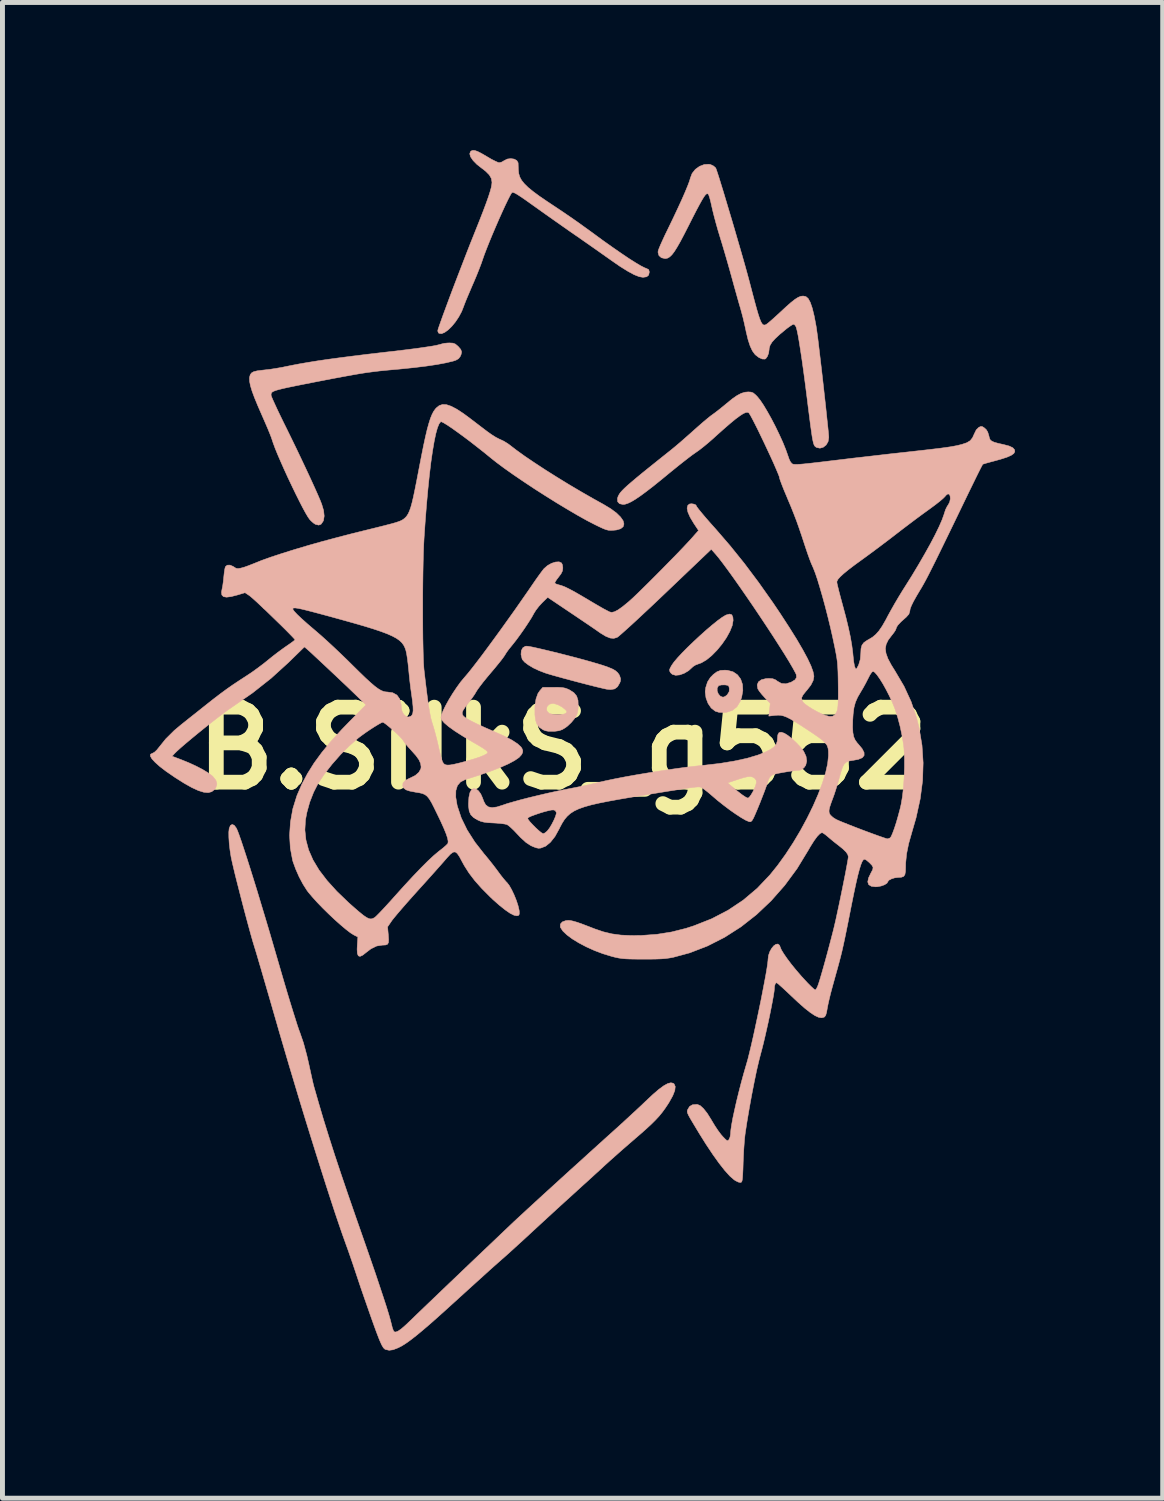
<source format=kicad_pcb>
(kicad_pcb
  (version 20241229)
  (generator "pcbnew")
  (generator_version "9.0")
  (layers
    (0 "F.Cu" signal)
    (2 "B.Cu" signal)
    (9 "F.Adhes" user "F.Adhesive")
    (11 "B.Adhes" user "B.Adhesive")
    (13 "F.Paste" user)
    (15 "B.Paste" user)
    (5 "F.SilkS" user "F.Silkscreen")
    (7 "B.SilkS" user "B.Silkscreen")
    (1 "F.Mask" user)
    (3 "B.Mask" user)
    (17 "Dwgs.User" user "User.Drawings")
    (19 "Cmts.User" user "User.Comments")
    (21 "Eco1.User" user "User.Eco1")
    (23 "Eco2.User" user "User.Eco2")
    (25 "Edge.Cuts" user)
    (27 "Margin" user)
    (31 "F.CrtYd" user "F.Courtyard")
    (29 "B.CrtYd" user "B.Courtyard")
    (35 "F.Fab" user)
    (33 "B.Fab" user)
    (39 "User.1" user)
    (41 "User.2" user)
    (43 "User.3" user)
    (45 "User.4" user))
  (footprint "B.SilkS_g552"
    (layer "F.Cu")
    (at 8.384 12.151)
    (property "Reference" "B.SilkS_g552" (at 0 0 0) (layer "F.SilkS") (effects (font (size 1.524 1.524) (thickness 0.3))))
    (attr through_hole)
    (fp_poly (pts (xy 3.433 -2.711) (xy 3.455 -2.66) (xy 3.46 -2.598) (xy 3.442 -2.494) (xy 3.394 -2.374) (xy 3.323 -2.245) (xy 3.234 -2.116) (xy 3.133 -1.993) (xy 3.025 -1.883) (xy 2.917 -1.795) (xy 2.815 -1.735) (xy 2.765 -1.717) (xy 2.698 -1.692) (xy 2.644 -1.658) (xy 2.634 -1.648) (xy 2.554 -1.575) (xy 2.464 -1.522) (xy 2.374 -1.49) (xy 2.292 -1.482) (xy 2.225 -1.501) (xy 2.189 -1.534) (xy 2.171 -1.567) (xy 2.168 -1.597) (xy 2.185 -1.636) (xy 2.213 -1.686) (xy 2.26 -1.753) (xy 2.335 -1.841) (xy 2.43 -1.943) (xy 2.541 -2.055) (xy 2.663 -2.172) (xy 2.789 -2.289) (xy 2.915 -2.402) (xy 3.035 -2.504) (xy 3.144 -2.592) (xy 3.236 -2.659) (xy 3.307 -2.702) (xy 3.321 -2.708) (xy 3.389 -2.726) (xy 3.433 -2.711)) (stroke (width 0.01) (type solid)) (fill yes) (layer "B.SilkS"))
    (fp_poly (pts (xy 3.345 -1.583) (xy 3.458 -1.553) (xy 3.548 -1.492) (xy 3.613 -1.405) (xy 3.65 -1.297) (xy 3.657 -1.172) (xy 3.633 -1.036) (xy 3.602 -0.95) (xy 3.536 -0.842) (xy 3.445 -0.769) (xy 3.331 -0.731) (xy 3.284 -0.725) (xy 3.17 -0.73) (xy 3.097 -0.753) (xy 3.015 -0.817) (xy 2.951 -0.91) (xy 2.909 -1.021) (xy 2.893 -1.14) (xy 2.902 -1.222) (xy 3.136 -1.222) (xy 3.136 -1.163) (xy 3.16 -1.103) (xy 3.2 -1.057) (xy 3.253 -1.037) (xy 3.256 -1.037) (xy 3.297 -1.052) (xy 3.341 -1.087) (xy 3.342 -1.088) (xy 3.379 -1.149) (xy 3.383 -1.209) (xy 3.375 -1.254) (xy 3.356 -1.276) (xy 3.312 -1.285) (xy 3.285 -1.287) (xy 3.221 -1.286) (xy 3.172 -1.274) (xy 3.163 -1.269) (xy 3.136 -1.222) (xy 2.902 -1.222) (xy 2.903 -1.231) (xy 2.94 -1.347) (xy 2.998 -1.438) (xy 3.058 -1.499) (xy 3.131 -1.553) (xy 3.204 -1.581) (xy 3.293 -1.586) (xy 3.345 -1.583)) (stroke (width 0.01) (type solid)) (fill yes) (layer "B.SilkS"))
    (fp_poly (pts (xy -0.69 -2.069) (xy -0.61 -2.054) (xy -0.502 -2.03) (xy -0.369 -1.999) (xy -0.219 -1.963) (xy -0.057 -1.923) (xy 0.111 -1.88) (xy 0.28 -1.836) (xy 0.443 -1.792) (xy 0.595 -1.749) (xy 0.629 -1.739) (xy 0.787 -1.692) (xy 0.908 -1.651) (xy 1 -1.614) (xy 1.065 -1.578) (xy 1.111 -1.539) (xy 1.143 -1.496) (xy 1.156 -1.468) (xy 1.174 -1.411) (xy 1.17 -1.363) (xy 1.156 -1.326) (xy 1.111 -1.249) (xy 1.052 -1.205) (xy 0.97 -1.192) (xy 0.889 -1.2) (xy 0.833 -1.212) (xy 0.744 -1.233) (xy 0.629 -1.261) (xy 0.495 -1.295) (xy 0.349 -1.333) (xy 0.198 -1.373) (xy 0.051 -1.412) (xy -0.086 -1.45) (xy -0.205 -1.483) (xy -0.3 -1.511) (xy -0.354 -1.528) (xy -0.48 -1.576) (xy -0.597 -1.631) (xy -0.698 -1.691) (xy -0.775 -1.749) (xy -0.821 -1.801) (xy -0.827 -1.814) (xy -0.849 -1.905) (xy -0.843 -1.983) (xy -0.812 -2.041) (xy -0.76 -2.072) (xy -0.735 -2.074) (xy -0.69 -2.069)) (stroke (width 0.01) (type solid)) (fill yes) (layer "B.SilkS"))
    (fp_poly (pts (xy -0.082 -1.237) (xy -0.008 -1.232) (xy 0.049 -1.221) (xy 0.1 -1.202) (xy 0.138 -1.184) (xy 0.225 -1.128) (xy 0.281 -1.06) (xy 0.309 -0.971) (xy 0.313 -0.854) (xy 0.313 -0.843) (xy 0.305 -0.756) (xy 0.287 -0.69) (xy 0.253 -0.626) (xy 0.234 -0.598) (xy 0.173 -0.524) (xy 0.097 -0.452) (xy 0.058 -0.422) (xy -0.01 -0.38) (xy -0.073 -0.357) (xy -0.15 -0.346) (xy -0.187 -0.343) (xy -0.285 -0.343) (xy -0.356 -0.356) (xy -0.401 -0.375) (xy -0.473 -0.423) (xy -0.522 -0.482) (xy -0.551 -0.563) (xy -0.566 -0.674) (xy -0.567 -0.693) (xy -0.567 -0.806) (xy -0.332 -0.806) (xy -0.322 -0.754) (xy -0.281 -0.712) (xy -0.259 -0.702) (xy -0.188 -0.686) (xy -0.104 -0.68) (xy -0.023 -0.684) (xy 0.039 -0.699) (xy 0.054 -0.707) (xy 0.081 -0.73) (xy 0.08 -0.751) (xy 0.053 -0.784) (xy -0.013 -0.837) (xy -0.095 -0.882) (xy -0.177 -0.907) (xy -0.208 -0.91) (xy -0.272 -0.895) (xy -0.315 -0.856) (xy -0.332 -0.806) (xy -0.567 -0.806) (xy -0.566 -0.859) (xy -0.545 -1.001) (xy -0.505 -1.113) (xy -0.465 -1.171) (xy -0.406 -1.238) (xy -0.187 -1.238) (xy -0.082 -1.237)) (stroke (width 0.01) (type solid)) (fill yes) (layer "B.SilkS"))
    (fp_poly (pts (xy -2.233 -8.23) (xy -2.184 -8.212) (xy -2.135 -8.171) (xy -2.125 -8.162) (xy -2.074 -8.103) (xy -2.056 -8.052) (xy -2.068 -7.995) (xy -2.085 -7.958) (xy -2.118 -7.915) (xy -2.171 -7.884) (xy -2.228 -7.865) (xy -2.375 -7.83) (xy -2.556 -7.796) (xy -2.771 -7.764) (xy -3.024 -7.733) (xy -3.316 -7.703) (xy -3.429 -7.693) (xy -3.583 -7.679) (xy -3.722 -7.665) (xy -3.852 -7.649) (xy -3.982 -7.632) (xy -4.118 -7.611) (xy -4.268 -7.585) (xy -4.439 -7.554) (xy -4.638 -7.517) (xy -4.826 -7.481) (xy -5.068 -7.434) (xy -5.271 -7.394) (xy -5.44 -7.36) (xy -5.576 -7.332) (xy -5.685 -7.308) (xy -5.768 -7.287) (xy -5.83 -7.27) (xy -5.873 -7.253) (xy -5.901 -7.238) (xy -5.917 -7.222) (xy -5.924 -7.205) (xy -5.927 -7.186) (xy -5.927 -7.173) (xy -5.918 -7.143) (xy -5.892 -7.081) (xy -5.851 -6.991) (xy -5.799 -6.878) (xy -5.736 -6.747) (xy -5.666 -6.603) (xy -5.631 -6.533) (xy -5.526 -6.319) (xy -5.421 -6.103) (xy -5.319 -5.889) (xy -5.222 -5.684) (xy -5.132 -5.491) (xy -5.052 -5.316) (xy -4.984 -5.164) (xy -4.931 -5.041) (xy -4.898 -4.957) (xy -4.86 -4.83) (xy -4.848 -4.718) (xy -4.862 -4.628) (xy -4.872 -4.608) (xy -4.912 -4.551) (xy -4.959 -4.533) (xy -5.025 -4.549) (xy -5.028 -4.55) (xy -5.067 -4.576) (xy -5.118 -4.622) (xy -5.143 -4.649) (xy -5.178 -4.699) (xy -5.227 -4.782) (xy -5.287 -4.892) (xy -5.355 -5.025) (xy -5.429 -5.173) (xy -5.506 -5.333) (xy -5.584 -5.497) (xy -5.659 -5.661) (xy -5.729 -5.819) (xy -5.792 -5.964) (xy -5.844 -6.092) (xy -5.883 -6.197) (xy -5.906 -6.266) (xy -5.922 -6.314) (xy -5.953 -6.393) (xy -5.995 -6.496) (xy -6.046 -6.614) (xy -6.101 -6.74) (xy -6.108 -6.756) (xy -6.195 -6.955) (xy -6.263 -7.12) (xy -6.313 -7.255) (xy -6.346 -7.364) (xy -6.363 -7.451) (xy -6.366 -7.518) (xy -6.363 -7.542) (xy -6.349 -7.591) (xy -6.323 -7.625) (xy -6.279 -7.65) (xy -6.21 -7.667) (xy -6.107 -7.68) (xy -6.064 -7.685) (xy -5.948 -7.698) (xy -5.815 -7.719) (xy -5.689 -7.741) (xy -5.658 -7.748) (xy -5.505 -7.779) (xy -5.342 -7.81) (xy -5.167 -7.84) (xy -4.975 -7.871) (xy -4.762 -7.902) (xy -4.525 -7.934) (xy -4.259 -7.968) (xy -3.96 -8.005) (xy -3.625 -8.044) (xy -3.45 -8.064) (xy -3.189 -8.095) (xy -2.968 -8.123) (xy -2.788 -8.149) (xy -2.646 -8.171) (xy -2.541 -8.192) (xy -2.472 -8.21) (xy -2.464 -8.213) (xy -2.411 -8.226) (xy -2.337 -8.233) (xy -2.304 -8.234) (xy -2.233 -8.23)) (stroke (width 0.01) (type solid)) (fill yes) (layer "B.SilkS"))
    (fp_poly (pts (xy -1.786 -12.143) (xy -1.729 -12.123) (xy -1.649 -12.082) (xy -1.542 -12.02) (xy -1.531 -12.013) (xy -1.447 -11.964) (xy -1.371 -11.926) (xy -1.315 -11.901) (xy -1.291 -11.896) (xy -1.242 -11.908) (xy -1.191 -11.938) (xy -1.128 -11.97) (xy -1.056 -11.979) (xy -0.988 -11.969) (xy -0.935 -11.94) (xy -0.909 -11.895) (xy -0.908 -11.889) (xy -0.907 -11.855) (xy -0.905 -11.794) (xy -0.903 -11.746) (xy -0.895 -11.675) (xy -0.875 -11.607) (xy -0.839 -11.54) (xy -0.783 -11.47) (xy -0.706 -11.394) (xy -0.603 -11.31) (xy -0.472 -11.213) (xy -0.309 -11.102) (xy -0.148 -10.995) (xy -0.019 -10.909) (xy 0.132 -10.806) (xy 0.293 -10.694) (xy 0.449 -10.582) (xy 0.59 -10.48) (xy 0.593 -10.478) (xy 0.804 -10.323) (xy 1.001 -10.183) (xy 1.18 -10.059) (xy 1.338 -9.952) (xy 1.474 -9.866) (xy 1.583 -9.801) (xy 1.664 -9.76) (xy 1.703 -9.745) (xy 1.745 -9.723) (xy 1.757 -9.677) (xy 1.757 -9.675) (xy 1.744 -9.613) (xy 1.703 -9.578) (xy 1.629 -9.567) (xy 1.628 -9.567) (xy 1.55 -9.581) (xy 1.447 -9.622) (xy 1.318 -9.692) (xy 1.161 -9.79) (xy 0.976 -9.918) (xy 0.974 -9.92) (xy 0.867 -9.995) (xy 0.736 -10.088) (xy 0.592 -10.189) (xy 0.443 -10.293) (xy 0.302 -10.392) (xy 0.275 -10.41) (xy 0.129 -10.511) (xy -0.033 -10.625) (xy -0.198 -10.741) (xy -0.354 -10.851) (xy -0.489 -10.947) (xy -0.497 -10.953) (xy -0.645 -11.058) (xy -0.761 -11.141) (xy -0.852 -11.203) (xy -0.919 -11.247) (xy -0.967 -11.275) (xy -1 -11.289) (xy -1.021 -11.292) (xy -1.035 -11.287) (xy -1.041 -11.28) (xy -1.072 -11.227) (xy -1.116 -11.141) (xy -1.17 -11.029) (xy -1.231 -10.896) (xy -1.297 -10.749) (xy -1.364 -10.595) (xy -1.43 -10.44) (xy -1.492 -10.29) (xy -1.547 -10.152) (xy -1.593 -10.032) (xy -1.626 -9.938) (xy -1.656 -9.851) (xy -1.699 -9.738) (xy -1.75 -9.61) (xy -1.805 -9.479) (xy -1.836 -9.409) (xy -1.886 -9.291) (xy -1.933 -9.181) (xy -1.972 -9.087) (xy -2 -9.016) (xy -2.011 -8.985) (xy -2.055 -8.873) (xy -2.114 -8.763) (xy -2.182 -8.661) (xy -2.256 -8.571) (xy -2.331 -8.498) (xy -2.402 -8.447) (xy -2.464 -8.422) (xy -2.514 -8.429) (xy -2.526 -8.438) (xy -2.539 -8.47) (xy -2.54 -8.485) (xy -2.533 -8.515) (xy -2.511 -8.58) (xy -2.477 -8.676) (xy -2.433 -8.799) (xy -2.379 -8.945) (xy -2.318 -9.11) (xy -2.251 -9.289) (xy -2.179 -9.478) (xy -2.104 -9.673) (xy -2.028 -9.87) (xy -1.953 -10.064) (xy -1.879 -10.253) (xy -1.808 -10.43) (xy -1.785 -10.488) (xy -1.694 -10.716) (xy -1.619 -10.908) (xy -1.559 -11.068) (xy -1.512 -11.2) (xy -1.478 -11.306) (xy -1.455 -11.389) (xy -1.443 -11.454) (xy -1.439 -11.499) (xy -1.452 -11.576) (xy -1.494 -11.649) (xy -1.569 -11.724) (xy -1.639 -11.778) (xy -1.745 -11.861) (xy -1.823 -11.941) (xy -1.873 -12.014) (xy -1.891 -12.076) (xy -1.875 -12.122) (xy -1.861 -12.134) (xy -1.828 -12.146) (xy -1.786 -12.143)) (stroke (width 0.01) (type solid)) (fill yes) (layer "B.SilkS"))
    (fp_poly (pts (xy 3.003 -11.857) (xy 3.063 -11.828) (xy 3.105 -11.79) (xy 3.108 -11.785) (xy 3.121 -11.75) (xy 3.145 -11.679) (xy 3.178 -11.576) (xy 3.218 -11.446) (xy 3.265 -11.294) (xy 3.316 -11.123) (xy 3.371 -10.939) (xy 3.429 -10.746) (xy 3.487 -10.549) (xy 3.544 -10.352) (xy 3.6 -10.16) (xy 3.653 -9.976) (xy 3.701 -9.807) (xy 3.743 -9.655) (xy 3.778 -9.527) (xy 3.798 -9.451) (xy 3.854 -9.237) (xy 3.901 -9.06) (xy 3.94 -8.918) (xy 3.973 -8.806) (xy 4.001 -8.723) (xy 4.026 -8.663) (xy 4.048 -8.625) (xy 4.069 -8.604) (xy 4.09 -8.597) (xy 4.113 -8.601) (xy 4.128 -8.607) (xy 4.157 -8.627) (xy 4.211 -8.672) (xy 4.282 -8.734) (xy 4.364 -8.809) (xy 4.41 -8.851) (xy 4.535 -8.967) (xy 4.636 -9.056) (xy 4.716 -9.119) (xy 4.781 -9.16) (xy 4.835 -9.182) (xy 4.883 -9.187) (xy 4.929 -9.178) (xy 4.942 -9.173) (xy 4.985 -9.136) (xy 5.027 -9.059) (xy 5.068 -8.94) (xy 5.107 -8.781) (xy 5.145 -8.58) (xy 5.153 -8.53) (xy 5.162 -8.463) (xy 5.176 -8.363) (xy 5.192 -8.234) (xy 5.21 -8.081) (xy 5.23 -7.911) (xy 5.252 -7.727) (xy 5.274 -7.535) (xy 5.296 -7.341) (xy 5.317 -7.149) (xy 5.338 -6.965) (xy 5.356 -6.793) (xy 5.372 -6.64) (xy 5.386 -6.509) (xy 5.396 -6.407) (xy 5.402 -6.338) (xy 5.403 -6.313) (xy 5.389 -6.229) (xy 5.349 -6.161) (xy 5.291 -6.115) (xy 5.224 -6.096) (xy 5.156 -6.11) (xy 5.136 -6.123) (xy 5.122 -6.135) (xy 5.11 -6.152) (xy 5.099 -6.177) (xy 5.088 -6.215) (xy 5.076 -6.269) (xy 5.063 -6.344) (xy 5.049 -6.443) (xy 5.031 -6.569) (xy 5.011 -6.727) (xy 4.986 -6.92) (xy 4.965 -7.091) (xy 4.928 -7.381) (xy 4.893 -7.644) (xy 4.86 -7.88) (xy 4.829 -8.085) (xy 4.802 -8.257) (xy 4.778 -8.394) (xy 4.757 -8.494) (xy 4.74 -8.555) (xy 4.737 -8.564) (xy 4.71 -8.602) (xy 4.687 -8.615) (xy 4.659 -8.602) (xy 4.608 -8.569) (xy 4.545 -8.523) (xy 4.537 -8.516) (xy 4.41 -8.411) (xy 4.316 -8.324) (xy 4.25 -8.251) (xy 4.211 -8.187) (xy 4.193 -8.127) (xy 4.191 -8.1) (xy 4.181 -8.027) (xy 4.156 -7.961) (xy 4.123 -7.915) (xy 4.106 -7.906) (xy 4.052 -7.908) (xy 3.985 -7.937) (xy 3.918 -7.988) (xy 3.901 -8.005) (xy 3.851 -8.074) (xy 3.806 -8.17) (xy 3.764 -8.298) (xy 3.724 -8.464) (xy 3.717 -8.5) (xy 3.69 -8.622) (xy 3.66 -8.75) (xy 3.629 -8.866) (xy 3.611 -8.932) (xy 3.588 -9.009) (xy 3.557 -9.118) (xy 3.521 -9.247) (xy 3.481 -9.389) (xy 3.442 -9.532) (xy 3.438 -9.546) (xy 3.392 -9.712) (xy 3.339 -9.898) (xy 3.284 -10.087) (xy 3.231 -10.265) (xy 3.195 -10.382) (xy 3.152 -10.524) (xy 3.111 -10.67) (xy 3.074 -10.808) (xy 3.044 -10.928) (xy 3.026 -11.007) (xy 3.005 -11.101) (xy 2.984 -11.181) (xy 2.965 -11.237) (xy 2.954 -11.257) (xy 2.938 -11.266) (xy 2.919 -11.262) (xy 2.895 -11.24) (xy 2.864 -11.198) (xy 2.824 -11.132) (xy 2.773 -11.04) (xy 2.708 -10.918) (xy 2.629 -10.764) (xy 2.561 -10.629) (xy 2.467 -10.445) (xy 2.388 -10.295) (xy 2.321 -10.178) (xy 2.265 -10.089) (xy 2.216 -10.025) (xy 2.172 -9.983) (xy 2.131 -9.958) (xy 2.09 -9.949) (xy 2.078 -9.948) (xy 2.003 -9.965) (xy 1.953 -10.009) (xy 1.934 -10.074) (xy 1.937 -10.103) (xy 1.95 -10.142) (xy 1.979 -10.213) (xy 2.021 -10.307) (xy 2.072 -10.418) (xy 2.131 -10.539) (xy 2.142 -10.562) (xy 2.245 -10.775) (xy 2.337 -10.971) (xy 2.418 -11.147) (xy 2.485 -11.3) (xy 2.537 -11.426) (xy 2.573 -11.521) (xy 2.591 -11.583) (xy 2.591 -11.584) (xy 2.627 -11.678) (xy 2.692 -11.76) (xy 2.778 -11.822) (xy 2.874 -11.859) (xy 2.97 -11.864) (xy 3.003 -11.857)) (stroke (width 0.01) (type solid)) (fill yes) (layer "B.SilkS"))
    (fp_poly (pts (xy 4.5 -0.305) (xy 4.571 -0.261) (xy 4.656 -0.193) (xy 4.744 -0.111) (xy 4.825 -0.026) (xy 4.886 0.052) (xy 4.893 0.062) (xy 4.941 0.164) (xy 4.955 0.26) (xy 4.935 0.345) (xy 4.901 0.393) (xy 4.858 0.428) (xy 4.824 0.445) (xy 4.822 0.445) (xy 4.761 0.449) (xy 4.676 0.46) (xy 4.576 0.474) (xy 4.474 0.491) (xy 4.382 0.508) (xy 4.31 0.524) (xy 4.273 0.535) (xy 4.229 0.559) (xy 4.2 0.593) (xy 4.174 0.651) (xy 4.162 0.69) (xy 4.135 0.769) (xy 4.097 0.874) (xy 4.051 0.992) (xy 4.003 1.115) (xy 3.955 1.232) (xy 3.912 1.333) (xy 3.879 1.407) (xy 3.872 1.422) (xy 3.841 1.474) (xy 3.814 1.494) (xy 3.783 1.491) (xy 3.717 1.463) (xy 3.625 1.41) (xy 3.516 1.339) (xy 3.394 1.254) (xy 3.267 1.158) (xy 3.141 1.058) (xy 3.022 0.956) (xy 3.006 0.942) (xy 2.933 0.881) (xy 2.866 0.83) (xy 2.815 0.797) (xy 2.797 0.79) (xy 2.781 0.787) (xy 2.759 0.786) (xy 2.727 0.787) (xy 2.684 0.791) (xy 2.625 0.798) (xy 2.547 0.809) (xy 2.447 0.824) (xy 2.322 0.844) (xy 2.168 0.868) (xy 1.983 0.898) (xy 1.764 0.934) (xy 1.506 0.976) (xy 1.45 0.985) (xy 1.179 1.031) (xy 0.946 1.073) (xy 0.748 1.112) (xy 0.581 1.15) (xy 0.442 1.189) (xy 0.326 1.23) (xy 0.232 1.274) (xy 0.154 1.324) (xy 0.09 1.381) (xy 0.035 1.446) (xy -0.013 1.521) (xy -0.059 1.607) (xy -0.076 1.642) (xy -0.16 1.794) (xy -0.252 1.91) (xy -0.348 1.989) (xy -0.448 2.028) (xy -0.493 2.032) (xy -0.539 2.023) (xy -0.604 1.999) (xy -0.652 1.977) (xy -0.747 1.915) (xy -0.858 1.814) (xy -0.921 1.747) (xy -0.991 1.673) (xy -1.057 1.61) (xy -1.11 1.566) (xy -1.138 1.549) (xy -1.184 1.539) (xy -1.259 1.529) (xy -1.353 1.521) (xy -1.411 1.518) (xy -1.522 1.512) (xy -1.604 1.501) (xy -1.669 1.484) (xy -1.727 1.459) (xy -1.788 1.422) (xy -0.715 1.422) (xy -0.703 1.449) (xy -0.667 1.495) (xy -0.614 1.552) (xy -0.554 1.613) (xy -0.493 1.669) (xy -0.441 1.712) (xy -0.404 1.734) (xy -0.398 1.736) (xy -0.364 1.721) (xy -0.321 1.686) (xy -0.313 1.677) (xy -0.27 1.622) (xy -0.225 1.547) (xy -0.183 1.465) (xy -0.15 1.388) (xy -0.132 1.328) (xy -0.131 1.305) (xy -0.154 1.265) (xy -0.191 1.253) (xy -0.236 1.256) (xy -0.305 1.271) (xy -0.391 1.294) (xy -0.482 1.322) (xy -0.569 1.352) (xy -0.644 1.38) (xy -0.696 1.405) (xy -0.715 1.422) (xy -1.788 1.422) (xy -1.814 1.407) (xy -1.87 1.35) (xy -1.902 1.277) (xy -1.915 1.178) (xy -1.916 1.126) (xy -1.908 0.997) (xy -1.887 0.901) (xy -1.854 0.841) (xy -1.809 0.817) (xy -1.756 0.832) (xy -1.713 0.866) (xy -1.668 0.927) (xy -1.635 1) (xy -1.631 1.01) (xy -1.605 1.08) (xy -1.571 1.143) (xy -1.565 1.151) (xy -1.512 1.192) (xy -1.438 1.206) (xy -1.338 1.193) (xy -1.215 1.154) (xy -1.128 1.124) (xy -1.006 1.089) (xy -0.859 1.048) (xy -0.692 1.005) (xy -0.514 0.962) (xy -0.332 0.919) (xy -0.155 0.88) (xy 0.012 0.845) (xy 0.125 0.823) (xy 0.265 0.796) (xy 0.412 0.766) (xy 0.553 0.736) (xy 0.671 0.708) (xy 0.694 0.703) (xy 3.348 0.703) (xy 3.415 0.761) (xy 3.539 0.865) (xy 3.638 0.942) (xy 3.711 0.991) (xy 3.756 1.012) (xy 3.765 1.012) (xy 3.791 0.991) (xy 3.827 0.942) (xy 3.866 0.875) (xy 3.868 0.87) (xy 3.913 0.772) (xy 3.933 0.7) (xy 3.928 0.649) (xy 3.899 0.611) (xy 3.89 0.604) (xy 3.851 0.583) (xy 3.807 0.574) (xy 3.749 0.579) (xy 3.669 0.598) (xy 3.56 0.632) (xy 3.546 0.637) (xy 3.348 0.703) (xy 0.694 0.703) (xy 0.708 0.699) (xy 0.864 0.662) (xy 1.055 0.622) (xy 1.272 0.58) (xy 1.507 0.538) (xy 1.754 0.497) (xy 2.003 0.457) (xy 2.248 0.421) (xy 2.48 0.389) (xy 2.692 0.364) (xy 2.825 0.35) (xy 3.171 0.311) (xy 3.476 0.262) (xy 3.739 0.205) (xy 3.962 0.139) (xy 4.102 0.084) (xy 4.214 0.027) (xy 4.29 -0.025) (xy 4.336 -0.081) (xy 4.357 -0.145) (xy 4.36 -0.192) (xy 4.368 -0.273) (xy 4.392 -0.317) (xy 4.436 -0.326) (xy 4.5 -0.305)) (stroke (width 0.01) (type solid)) (fill yes) (layer "B.SilkS"))
    (fp_poly (pts (xy -6.675 1.566) (xy -6.632 1.624) (xy -6.609 1.674) (xy -6.576 1.762) (xy -6.533 1.885) (xy -6.482 2.039) (xy -6.422 2.222) (xy -6.356 2.43) (xy -6.284 2.66) (xy -6.207 2.909) (xy -6.127 3.175) (xy -6.043 3.453) (xy -5.957 3.741) (xy -5.871 4.036) (xy -5.79 4.314) (xy -5.724 4.541) (xy -5.659 4.763) (xy -5.596 4.975) (xy -5.536 5.173) (xy -5.481 5.351) (xy -5.432 5.506) (xy -5.392 5.633) (xy -5.36 5.727) (xy -5.342 5.774) (xy -5.269 5.986) (xy -5.201 6.238) (xy -5.163 6.403) (xy -5.135 6.531) (xy -5.109 6.65) (xy -5.086 6.753) (xy -5.068 6.83) (xy -5.058 6.869) (xy -4.965 7.194) (xy -4.865 7.533) (xy -4.755 7.887) (xy -4.635 8.262) (xy -4.502 8.662) (xy -4.356 9.091) (xy -4.196 9.553) (xy -4.128 9.747) (xy -4.01 10.085) (xy -3.902 10.396) (xy -3.804 10.68) (xy -3.719 10.935) (xy -3.645 11.158) (xy -3.583 11.348) (xy -3.535 11.504) (xy -3.501 11.624) (xy -3.481 11.703) (xy -3.463 11.775) (xy -3.442 11.831) (xy -3.426 11.855) (xy -3.393 11.86) (xy -3.346 11.841) (xy -3.281 11.796) (xy -3.196 11.722) (xy -3.097 11.628) (xy -3.048 11.581) (xy -2.972 11.507) (xy -2.872 11.411) (xy -2.752 11.296) (xy -2.614 11.164) (xy -2.464 11.02) (xy -2.304 10.867) (xy -2.137 10.708) (xy -1.967 10.545) (xy -1.798 10.384) (xy -1.632 10.226) (xy -1.474 10.076) (xy -1.327 9.936) (xy -1.194 9.809) (xy -1.079 9.7) (xy -0.994 9.619) (xy -0.923 9.553) (xy -0.824 9.462) (xy -0.701 9.348) (xy -0.557 9.216) (xy -0.397 9.069) (xy -0.223 8.911) (xy -0.039 8.743) (xy 0.151 8.57) (xy 0.344 8.396) (xy 0.535 8.222) (xy 0.722 8.053) (xy 0.9 7.892) (xy 1.019 7.785) (xy 1.149 7.668) (xy 1.284 7.544) (xy 1.416 7.422) (xy 1.538 7.309) (xy 1.641 7.212) (xy 1.686 7.169) (xy 1.831 7.033) (xy 1.952 6.929) (xy 2.052 6.856) (xy 2.132 6.812) (xy 2.195 6.796) (xy 2.242 6.806) (xy 2.261 6.82) (xy 2.284 6.873) (xy 2.275 6.953) (xy 2.233 7.06) (xy 2.159 7.193) (xy 2.144 7.217) (xy 2.083 7.309) (xy 2.022 7.393) (xy 1.957 7.473) (xy 1.88 7.556) (xy 1.789 7.646) (xy 1.677 7.749) (xy 1.539 7.87) (xy 1.471 7.928) (xy 1.343 8.039) (xy 1.212 8.153) (xy 1.087 8.264) (xy 0.973 8.365) (xy 0.88 8.449) (xy 0.836 8.489) (xy 0.762 8.558) (xy 0.663 8.648) (xy 0.546 8.755) (xy 0.419 8.87) (xy 0.288 8.989) (xy 0.18 9.088) (xy 0.036 9.218) (xy -0.123 9.363) (xy -0.287 9.514) (xy -0.446 9.66) (xy -0.589 9.792) (xy -0.656 9.854) (xy -0.776 9.965) (xy -0.899 10.077) (xy -1.016 10.184) (xy -1.12 10.278) (xy -1.204 10.353) (xy -1.238 10.382) (xy -1.3 10.437) (xy -1.388 10.515) (xy -1.497 10.612) (xy -1.62 10.724) (xy -1.754 10.845) (xy -1.892 10.97) (xy -1.981 11.051) (xy -2.207 11.256) (xy -2.404 11.435) (xy -2.576 11.589) (xy -2.725 11.72) (xy -2.854 11.83) (xy -2.965 11.922) (xy -3.06 11.997) (xy -3.142 12.058) (xy -3.214 12.107) (xy -3.278 12.146) (xy -3.337 12.176) (xy -3.347 12.181) (xy -3.448 12.22) (xy -3.528 12.231) (xy -3.6 12.215) (xy -3.614 12.209) (xy -3.645 12.18) (xy -3.681 12.119) (xy -3.724 12.022) (xy -3.744 11.972) (xy -3.786 11.862) (xy -3.838 11.72) (xy -3.898 11.552) (xy -3.963 11.366) (xy -4.031 11.171) (xy -4.1 10.972) (xy -4.165 10.778) (xy -4.223 10.604) (xy -4.268 10.47) (xy -4.318 10.325) (xy -4.367 10.184) (xy -4.41 10.066) (xy -4.414 10.054) (xy -4.475 9.884) (xy -4.546 9.678) (xy -4.627 9.439) (xy -4.715 9.17) (xy -4.81 8.877) (xy -4.91 8.562) (xy -5.015 8.23) (xy -5.123 7.884) (xy -5.233 7.529) (xy -5.343 7.169) (xy -5.452 6.806) (xy -5.56 6.446) (xy -5.664 6.092) (xy -5.765 5.748) (xy -5.813 5.58) (xy -5.881 5.345) (xy -5.947 5.116) (xy -6.011 4.896) (xy -6.071 4.69) (xy -6.125 4.503) (xy -6.174 4.338) (xy -6.214 4.201) (xy -6.246 4.095) (xy -6.268 4.025) (xy -6.268 4.024) (xy -6.297 3.929) (xy -6.333 3.802) (xy -6.375 3.65) (xy -6.421 3.48) (xy -6.47 3.297) (xy -6.519 3.109) (xy -6.567 2.922) (xy -6.613 2.742) (xy -6.655 2.576) (xy -6.69 2.43) (xy -6.718 2.31) (xy -6.736 2.224) (xy -6.739 2.212) (xy -6.761 2.072) (xy -6.777 1.935) (xy -6.785 1.808) (xy -6.786 1.704) (xy -6.778 1.63) (xy -6.778 1.63) (xy -6.753 1.569) (xy -6.717 1.548) (xy -6.675 1.566)) (stroke (width 0.01) (type solid)) (fill yes) (layer "B.SilkS"))
    (fp_poly (pts (xy 3.824 -7.235) (xy 3.868 -7.219) (xy 3.914 -7.181) (xy 3.949 -7.146) (xy 4.008 -7.073) (xy 4.079 -6.968) (xy 4.157 -6.837) (xy 4.239 -6.69) (xy 4.321 -6.532) (xy 4.399 -6.37) (xy 4.47 -6.214) (xy 4.529 -6.068) (xy 4.566 -5.964) (xy 4.598 -5.872) (xy 4.627 -5.814) (xy 4.657 -5.781) (xy 4.671 -5.773) (xy 4.694 -5.768) (xy 4.736 -5.766) (xy 4.799 -5.768) (xy 4.887 -5.775) (xy 5.004 -5.787) (xy 5.154 -5.804) (xy 5.34 -5.826) (xy 5.446 -5.839) (xy 5.656 -5.864) (xy 5.895 -5.893) (xy 6.15 -5.922) (xy 6.409 -5.952) (xy 6.659 -5.981) (xy 6.888 -6.006) (xy 6.943 -6.012) (xy 7.176 -6.038) (xy 7.372 -6.06) (xy 7.534 -6.079) (xy 7.668 -6.095) (xy 7.777 -6.11) (xy 7.867 -6.123) (xy 7.941 -6.136) (xy 8.005 -6.148) (xy 8.062 -6.162) (xy 8.107 -6.173) (xy 8.208 -6.207) (xy 8.277 -6.249) (xy 8.324 -6.309) (xy 8.357 -6.382) (xy 8.399 -6.468) (xy 8.451 -6.519) (xy 8.493 -6.538) (xy 8.526 -6.533) (xy 8.565 -6.507) (xy 8.604 -6.471) (xy 8.632 -6.424) (xy 8.654 -6.355) (xy 8.666 -6.305) (xy 8.68 -6.27) (xy 8.71 -6.242) (xy 8.763 -6.217) (xy 8.845 -6.194) (xy 8.953 -6.17) (xy 9.067 -6.14) (xy 9.141 -6.105) (xy 9.178 -6.063) (xy 9.182 -6.025) (xy 9.162 -5.988) (xy 9.109 -5.951) (xy 9.023 -5.913) (xy 8.899 -5.873) (xy 8.784 -5.841) (xy 8.69 -5.816) (xy 8.61 -5.794) (xy 8.555 -5.777) (xy 8.533 -5.77) (xy 8.52 -5.749) (xy 8.491 -5.694) (xy 8.449 -5.611) (xy 8.395 -5.502) (xy 8.332 -5.373) (xy 8.261 -5.228) (xy 8.203 -5.108) (xy 8.059 -4.81) (xy 7.932 -4.547) (xy 7.821 -4.318) (xy 7.724 -4.119) (xy 7.64 -3.947) (xy 7.568 -3.8) (xy 7.506 -3.676) (xy 7.453 -3.571) (xy 7.408 -3.483) (xy 7.369 -3.409) (xy 7.335 -3.347) (xy 7.305 -3.294) (xy 7.278 -3.247) (xy 7.273 -3.24) (xy 7.188 -3.097) (xy 7.125 -2.985) (xy 7.082 -2.898) (xy 7.057 -2.833) (xy 7.049 -2.785) (xy 7.048 -2.781) (xy 7.031 -2.725) (xy 6.977 -2.664) (xy 6.971 -2.659) (xy 6.87 -2.569) (xy 6.805 -2.499) (xy 6.775 -2.449) (xy 6.773 -2.436) (xy 6.76 -2.402) (xy 6.726 -2.349) (xy 6.679 -2.289) (xy 6.611 -2.199) (xy 6.569 -2.113) (xy 6.553 -2.025) (xy 6.565 -1.93) (xy 6.604 -1.821) (xy 6.672 -1.693) (xy 6.75 -1.568) (xy 6.932 -1.259) (xy 7.076 -0.947) (xy 7.185 -0.623) (xy 7.238 -0.413) (xy 7.297 -0.059) (xy 7.32 0.296) (xy 7.309 0.656) (xy 7.261 1.026) (xy 7.177 1.41) (xy 7.092 1.704) (xy 7.026 1.937) (xy 6.984 2.144) (xy 6.965 2.334) (xy 6.964 2.401) (xy 6.961 2.501) (xy 6.95 2.566) (xy 6.925 2.603) (xy 6.88 2.62) (xy 6.812 2.625) (xy 6.805 2.625) (xy 6.742 2.633) (xy 6.678 2.653) (xy 6.628 2.679) (xy 6.604 2.707) (xy 6.604 2.71) (xy 6.585 2.742) (xy 6.535 2.774) (xy 6.466 2.799) (xy 6.389 2.813) (xy 6.356 2.815) (xy 6.268 2.804) (xy 6.214 2.771) (xy 6.195 2.715) (xy 6.211 2.635) (xy 6.261 2.531) (xy 6.264 2.526) (xy 6.296 2.465) (xy 6.303 2.421) (xy 6.281 2.379) (xy 6.23 2.326) (xy 6.221 2.318) (xy 6.169 2.274) (xy 6.137 2.256) (xy 6.115 2.26) (xy 6.102 2.271) (xy 6.079 2.306) (xy 6.054 2.369) (xy 6.025 2.462) (xy 5.992 2.587) (xy 5.955 2.747) (xy 5.913 2.944) (xy 5.865 3.18) (xy 5.841 3.302) (xy 5.798 3.52) (xy 5.761 3.703) (xy 5.729 3.859) (xy 5.7 3.994) (xy 5.673 4.115) (xy 5.645 4.229) (xy 5.615 4.344) (xy 5.582 4.466) (xy 5.544 4.601) (xy 5.514 4.71) (xy 5.476 4.847) (xy 5.44 4.982) (xy 5.41 5.106) (xy 5.387 5.209) (xy 5.374 5.276) (xy 5.358 5.367) (xy 5.341 5.424) (xy 5.319 5.456) (xy 5.308 5.463) (xy 5.259 5.476) (xy 5.197 5.466) (xy 5.121 5.431) (xy 5.027 5.369) (xy 4.914 5.28) (xy 4.779 5.161) (xy 4.645 5.035) (xy 4.554 4.949) (xy 4.473 4.874) (xy 4.407 4.815) (xy 4.362 4.776) (xy 4.341 4.763) (xy 4.317 4.782) (xy 4.301 4.835) (xy 4.297 4.897) (xy 4.292 4.945) (xy 4.279 5.029) (xy 4.259 5.139) (xy 4.234 5.27) (xy 4.205 5.415) (xy 4.173 5.567) (xy 4.139 5.719) (xy 4.106 5.864) (xy 4.075 5.995) (xy 4.047 6.106) (xy 4.034 6.154) (xy 3.988 6.33) (xy 3.938 6.542) (xy 3.888 6.783) (xy 3.837 7.044) (xy 3.787 7.32) (xy 3.739 7.604) (xy 3.703 7.842) (xy 3.694 7.92) (xy 3.685 8.029) (xy 3.676 8.158) (xy 3.669 8.298) (xy 3.664 8.414) (xy 3.66 8.554) (xy 3.655 8.657) (xy 3.65 8.729) (xy 3.644 8.776) (xy 3.636 8.803) (xy 3.626 8.816) (xy 3.611 8.822) (xy 3.608 8.822) (xy 3.566 8.814) (xy 3.509 8.786) (xy 3.48 8.767) (xy 3.393 8.691) (xy 3.291 8.578) (xy 3.175 8.431) (xy 3.047 8.252) (xy 2.908 8.043) (xy 2.777 7.834) (xy 2.695 7.698) (xy 2.632 7.593) (xy 2.586 7.515) (xy 2.555 7.459) (xy 2.537 7.419) (xy 2.529 7.391) (xy 2.528 7.371) (xy 2.533 7.352) (xy 2.537 7.341) (xy 2.576 7.277) (xy 2.635 7.243) (xy 2.723 7.236) (xy 2.735 7.237) (xy 2.791 7.26) (xy 2.857 7.32) (xy 2.932 7.414) (xy 3.011 7.54) (xy 3.028 7.569) (xy 3.087 7.667) (xy 3.151 7.764) (xy 3.212 7.846) (xy 3.244 7.883) (xy 3.297 7.938) (xy 3.33 7.967) (xy 3.351 7.972) (xy 3.368 7.959) (xy 3.376 7.949) (xy 3.397 7.901) (xy 3.408 7.836) (xy 3.408 7.825) (xy 3.414 7.752) (xy 3.43 7.645) (xy 3.455 7.509) (xy 3.489 7.351) (xy 3.528 7.178) (xy 3.573 6.994) (xy 3.621 6.807) (xy 3.671 6.623) (xy 3.722 6.447) (xy 3.732 6.413) (xy 3.759 6.319) (xy 3.79 6.194) (xy 3.826 6.045) (xy 3.865 5.875) (xy 3.905 5.692) (xy 3.946 5.5) (xy 3.987 5.305) (xy 4.027 5.112) (xy 4.063 4.926) (xy 4.096 4.754) (xy 4.125 4.599) (xy 4.147 4.469) (xy 4.162 4.367) (xy 4.169 4.301) (xy 4.169 4.291) (xy 4.179 4.209) (xy 4.206 4.131) (xy 4.243 4.065) (xy 4.286 4.013) (xy 4.33 3.983) (xy 4.37 3.977) (xy 4.402 4.002) (xy 4.416 4.038) (xy 4.44 4.096) (xy 4.49 4.178) (xy 4.56 4.279) (xy 4.647 4.394) (xy 4.746 4.515) (xy 4.852 4.638) (xy 4.961 4.756) (xy 4.982 4.778) (xy 5.042 4.838) (xy 5.091 4.884) (xy 5.122 4.908) (xy 5.128 4.911) (xy 5.147 4.893) (xy 5.171 4.849) (xy 5.177 4.835) (xy 5.195 4.785) (xy 5.222 4.7) (xy 5.255 4.588) (xy 5.293 4.456) (xy 5.334 4.309) (xy 5.376 4.155) (xy 5.417 4.001) (xy 5.456 3.852) (xy 5.491 3.717) (xy 5.519 3.602) (xy 5.522 3.588) (xy 5.55 3.467) (xy 5.58 3.327) (xy 5.613 3.174) (xy 5.646 3.015) (xy 5.679 2.854) (xy 5.71 2.699) (xy 5.739 2.554) (xy 5.763 2.426) (xy 5.782 2.322) (xy 5.795 2.246) (xy 5.8 2.205) (xy 5.8 2.203) (xy 5.789 2.159) (xy 5.754 2.108) (xy 5.691 2.046) (xy 5.596 1.969) (xy 5.567 1.947) (xy 5.492 1.888) (xy 5.412 1.821) (xy 5.382 1.795) (xy 5.328 1.751) (xy 5.284 1.722) (xy 5.265 1.714) (xy 5.224 1.734) (xy 5.169 1.79) (xy 5.103 1.88) (xy 5.027 2.001) (xy 4.985 2.074) (xy 4.759 2.445) (xy 4.507 2.787) (xy 4.232 3.099) (xy 3.935 3.38) (xy 3.619 3.628) (xy 3.286 3.841) (xy 2.938 4.018) (xy 2.577 4.157) (xy 2.244 4.247) (xy 2.168 4.261) (xy 2.089 4.272) (xy 1.998 4.279) (xy 1.887 4.283) (xy 1.748 4.285) (xy 1.63 4.285) (xy 1.479 4.284) (xy 1.362 4.282) (xy 1.271 4.278) (xy 1.197 4.271) (xy 1.131 4.261) (xy 1.065 4.247) (xy 0.991 4.228) (xy 0.988 4.227) (xy 0.814 4.174) (xy 0.642 4.109) (xy 0.478 4.035) (xy 0.326 3.955) (xy 0.192 3.873) (xy 0.082 3.791) (xy 0.001 3.714) (xy -0.046 3.643) (xy -0.051 3.629) (xy -0.049 3.572) (xy -0.01 3.528) (xy 0.06 3.502) (xy 0.075 3.5) (xy 0.115 3.497) (xy 0.16 3.501) (xy 0.217 3.514) (xy 0.292 3.536) (xy 0.389 3.57) (xy 0.515 3.618) (xy 0.649 3.67) (xy 0.822 3.729) (xy 0.997 3.771) (xy 1.183 3.796) (xy 1.391 3.805) (xy 1.598 3.803) (xy 1.912 3.78) (xy 2.208 3.733) (xy 2.502 3.659) (xy 2.663 3.607) (xy 3.025 3.464) (xy 3.359 3.29) (xy 3.666 3.085) (xy 3.949 2.846) (xy 4.21 2.571) (xy 4.363 2.381) (xy 4.526 2.155) (xy 4.682 1.916) (xy 4.828 1.671) (xy 4.962 1.423) (xy 5.024 1.298) (xy 5.409 1.298) (xy 5.42 1.332) (xy 5.438 1.359) (xy 5.487 1.405) (xy 5.55 1.445) (xy 5.556 1.448) (xy 5.616 1.475) (xy 5.703 1.511) (xy 5.811 1.554) (xy 5.931 1.601) (xy 6.059 1.65) (xy 6.187 1.698) (xy 6.309 1.743) (xy 6.417 1.782) (xy 6.506 1.813) (xy 6.568 1.834) (xy 6.598 1.841) (xy 6.645 1.824) (xy 6.669 1.796) (xy 6.699 1.728) (xy 6.736 1.628) (xy 6.775 1.508) (xy 6.813 1.375) (xy 6.849 1.241) (xy 6.872 1.143) (xy 6.899 0.986) (xy 6.92 0.8) (xy 6.934 0.598) (xy 6.941 0.391) (xy 6.941 0.193) (xy 6.932 0.016) (xy 6.923 -0.07) (xy 6.893 -0.25) (xy 6.853 -0.441) (xy 6.804 -0.626) (xy 6.752 -0.788) (xy 6.743 -0.812) (xy 6.693 -0.937) (xy 6.633 -1.065) (xy 6.569 -1.19) (xy 6.504 -1.307) (xy 6.441 -1.408) (xy 6.384 -1.489) (xy 6.337 -1.542) (xy 6.306 -1.562) (xy 6.278 -1.546) (xy 6.239 -1.489) (xy 6.201 -1.415) (xy 6.153 -1.321) (xy 6.099 -1.223) (xy 6.052 -1.144) (xy 5.989 -1.036) (xy 5.944 -0.933) (xy 5.915 -0.824) (xy 5.898 -0.694) (xy 5.89 -0.569) (xy 5.887 -0.427) (xy 5.893 -0.318) (xy 5.909 -0.234) (xy 5.939 -0.166) (xy 5.984 -0.104) (xy 6.002 -0.085) (xy 6.08 0.009) (xy 6.12 0.086) (xy 6.121 0.146) (xy 6.083 0.193) (xy 6.004 0.226) (xy 5.89 0.247) (xy 5.816 0.259) (xy 5.761 0.281) (xy 5.718 0.319) (xy 5.684 0.38) (xy 5.653 0.47) (xy 5.622 0.582) (xy 5.589 0.701) (xy 5.55 0.827) (xy 5.512 0.943) (xy 5.493 0.995) (xy 5.45 1.111) (xy 5.422 1.195) (xy 5.409 1.254) (xy 5.409 1.298) (xy 5.024 1.298) (xy 5.083 1.177) (xy 5.187 0.938) (xy 5.273 0.712) (xy 5.338 0.502) (xy 5.38 0.314) (xy 5.397 0.153) (xy 5.397 0.133) (xy 5.396 0.058) (xy 5.388 -0.002) (xy 5.37 -0.055) (xy 5.336 -0.104) (xy 5.284 -0.156) (xy 5.208 -0.215) (xy 5.105 -0.287) (xy 4.988 -0.365) (xy 4.84 -0.462) (xy 4.72 -0.537) (xy 4.625 -0.593) (xy 4.548 -0.632) (xy 4.484 -0.656) (xy 4.428 -0.669) (xy 4.374 -0.672) (xy 4.317 -0.668) (xy 4.312 -0.668) (xy 4.185 -0.653) (xy 4.2 -0.782) (xy 4.214 -0.911) (xy 4.098 -1.033) (xy 4.04 -1.098) (xy 3.991 -1.16) (xy 3.963 -1.205) (xy 3.961 -1.21) (xy 3.949 -1.287) (xy 3.974 -1.348) (xy 4.035 -1.392) (xy 4.128 -1.415) (xy 4.188 -1.418) (xy 4.266 -1.412) (xy 4.325 -1.388) (xy 4.361 -1.361) (xy 4.442 -1.316) (xy 4.532 -1.309) (xy 4.636 -1.341) (xy 4.644 -1.345) (xy 4.716 -1.389) (xy 4.748 -1.437) (xy 4.743 -1.496) (xy 4.728 -1.529) (xy 4.672 -1.632) (xy 4.595 -1.764) (xy 4.5 -1.919) (xy 4.39 -2.092) (xy 4.269 -2.281) (xy 4.139 -2.479) (xy 4.004 -2.682) (xy 3.867 -2.886) (xy 3.73 -3.086) (xy 3.597 -3.278) (xy 3.471 -3.457) (xy 3.355 -3.618) (xy 3.252 -3.757) (xy 3.166 -3.869) (xy 3.098 -3.95) (xy 3.096 -3.952) (xy 3.016 -4.042) (xy 2.095 -3.164) (xy 1.928 -3.005) (xy 1.769 -2.855) (xy 1.619 -2.715) (xy 1.483 -2.588) (xy 1.363 -2.478) (xy 1.262 -2.387) (xy 1.183 -2.317) (xy 1.129 -2.271) (xy 1.103 -2.252) (xy 1.035 -2.232) (xy 0.961 -2.239) (xy 0.874 -2.274) (xy 0.768 -2.338) (xy 0.736 -2.36) (xy 0.681 -2.399) (xy 0.598 -2.456) (xy 0.492 -2.528) (xy 0.372 -2.609) (xy 0.242 -2.697) (xy 0.148 -2.76) (xy -0.307 -3.066) (xy -0.42 -2.956) (xy -0.486 -2.884) (xy -0.547 -2.805) (xy -0.587 -2.741) (xy -0.634 -2.656) (xy -0.702 -2.549) (xy -0.781 -2.43) (xy -0.866 -2.309) (xy -0.949 -2.196) (xy -1.023 -2.102) (xy -1.037 -2.085) (xy -1.094 -2.015) (xy -1.143 -1.948) (xy -1.174 -1.898) (xy -1.176 -1.894) (xy -1.2 -1.858) (xy -1.246 -1.796) (xy -1.31 -1.716) (xy -1.386 -1.623) (xy -1.459 -1.537) (xy -1.543 -1.437) (xy -1.621 -1.341) (xy -1.686 -1.256) (xy -1.734 -1.19) (xy -1.756 -1.155) (xy -1.791 -1.096) (xy -1.844 -1.019) (xy -1.903 -0.939) (xy -1.916 -0.923) (xy -1.984 -0.835) (xy -2.026 -0.771) (xy -2.044 -0.724) (xy -2.041 -0.688) (xy -2.021 -0.655) (xy -2.018 -0.652) (xy -1.97 -0.614) (xy -1.881 -0.563) (xy -1.754 -0.499) (xy -1.587 -0.422) (xy -1.383 -0.333) (xy -1.376 -0.33) (xy -1.182 -0.243) (xy -1.03 -0.163) (xy -0.919 -0.09) (xy -0.849 -0.025) (xy -0.829 0.006) (xy -0.813 0.052) (xy -0.819 0.092) (xy -0.84 0.133) (xy -0.89 0.188) (xy -0.979 0.249) (xy -1.106 0.317) (xy -1.268 0.389) (xy -1.463 0.465) (xy -1.689 0.544) (xy -1.943 0.625) (xy -1.988 0.639) (xy -2.079 0.685) (xy -2.141 0.758) (xy -2.173 0.861) (xy -2.175 0.993) (xy -2.148 1.155) (xy -2.142 1.179) (xy -2.063 1.416) (xy -1.944 1.66) (xy -1.787 1.906) (xy -1.595 2.152) (xy -1.587 2.16) (xy -1.509 2.255) (xy -1.426 2.359) (xy -1.352 2.456) (xy -1.321 2.498) (xy -1.261 2.579) (xy -1.199 2.657) (xy -1.147 2.717) (xy -1.134 2.729) (xy -1.089 2.787) (xy -1.039 2.875) (xy -0.989 2.98) (xy -0.944 3.092) (xy -0.909 3.199) (xy -0.888 3.289) (xy -0.885 3.313) (xy -0.884 3.367) (xy -0.895 3.393) (xy -0.926 3.403) (xy -0.933 3.404) (xy -0.99 3.393) (xy -1.072 3.352) (xy -1.173 3.282) (xy -1.292 3.187) (xy -1.426 3.068) (xy -1.479 3.017) (xy -1.651 2.844) (xy -1.791 2.686) (xy -1.906 2.535) (xy -2.002 2.384) (xy -2.043 2.309) (xy -2.099 2.204) (xy -2.145 2.137) (xy -2.187 2.106) (xy -2.231 2.112) (xy -2.284 2.152) (xy -2.353 2.226) (xy -2.383 2.261) (xy -2.428 2.313) (xy -2.497 2.391) (xy -2.584 2.489) (xy -2.686 2.603) (xy -2.797 2.727) (xy -2.914 2.856) (xy -2.95 2.896) (xy -3.065 3.024) (xy -3.174 3.147) (xy -3.273 3.261) (xy -3.358 3.36) (xy -3.425 3.441) (xy -3.469 3.496) (xy -3.478 3.509) (xy -3.56 3.629) (xy -3.545 3.796) (xy -3.539 3.89) (xy -3.543 3.949) (xy -3.563 3.983) (xy -3.603 3.997) (xy -3.667 4) (xy -3.668 4) (xy -3.782 4.018) (xy -3.897 4.074) (xy -3.994 4.148) (xy -4.067 4.205) (xy -4.12 4.229) (xy -4.155 4.217) (xy -4.174 4.169) (xy -4.179 4.083) (xy -4.175 3.999) (xy -4.164 3.835) (xy -4.246 3.793) (xy -4.316 3.749) (xy -4.408 3.678) (xy -4.516 3.587) (xy -4.635 3.481) (xy -4.757 3.366) (xy -4.878 3.247) (xy -4.991 3.13) (xy -5.09 3.02) (xy -5.171 2.924) (xy -5.199 2.886) (xy -5.279 2.76) (xy -5.358 2.611) (xy -5.427 2.454) (xy -5.48 2.309) (xy -5.49 2.275) (xy -5.536 2.029) (xy -5.551 1.767) (xy -5.544 1.66) (xy -5.24 1.66) (xy -5.219 1.862) (xy -5.165 2.064) (xy -5.076 2.268) (xy -4.952 2.475) (xy -4.79 2.687) (xy -4.591 2.907) (xy -4.352 3.137) (xy -4.245 3.232) (xy -4.135 3.327) (xy -4.051 3.395) (xy -3.986 3.439) (xy -3.936 3.463) (xy -3.895 3.468) (xy -3.857 3.458) (xy -3.819 3.437) (xy -3.79 3.411) (xy -3.738 3.359) (xy -3.667 3.285) (xy -3.583 3.194) (xy -3.489 3.091) (xy -3.434 3.029) (xy -3.226 2.798) (xy -3.042 2.599) (xy -2.881 2.431) (xy -2.742 2.292) (xy -2.623 2.181) (xy -2.522 2.096) (xy -2.501 2.08) (xy -2.431 2.025) (xy -2.375 1.976) (xy -2.34 1.941) (xy -2.334 1.931) (xy -2.33 1.89) (xy -2.341 1.828) (xy -2.37 1.74) (xy -2.417 1.625) (xy -2.483 1.479) (xy -2.55 1.34) (xy -2.616 1.205) (xy -2.668 1.103) (xy -2.713 1.029) (xy -2.755 0.977) (xy -2.799 0.943) (xy -2.851 0.92) (xy -2.915 0.905) (xy -2.998 0.892) (xy -3.001 0.891) (xy -3.11 0.87) (xy -3.183 0.846) (xy -3.228 0.814) (xy -3.251 0.772) (xy -3.252 0.766) (xy -3.247 0.708) (xy -3.2 0.655) (xy -3.113 0.609) (xy -3.093 0.601) (xy -2.997 0.553) (xy -2.925 0.49) (xy -2.885 0.419) (xy -2.879 0.38) (xy -2.889 0.31) (xy -2.922 0.235) (xy -2.983 0.15) (xy -3.074 0.048) (xy -3.079 0.042) (xy -3.143 -0.028) (xy -3.2 -0.096) (xy -3.238 -0.15) (xy -3.246 -0.163) (xy -3.272 -0.196) (xy -3.32 -0.247) (xy -3.384 -0.309) (xy -3.455 -0.373) (xy -3.526 -0.434) (xy -3.589 -0.485) (xy -3.636 -0.519) (xy -3.658 -0.529) (xy -3.689 -0.517) (xy -3.747 -0.485) (xy -3.823 -0.439) (xy -3.91 -0.383) (xy -4 -0.322) (xy -4.085 -0.261) (xy -4.148 -0.214) (xy -4.33 -0.056) (xy -4.515 0.128) (xy -4.69 0.327) (xy -4.848 0.529) (xy -4.972 0.716) (xy -5.063 0.894) (xy -5.142 1.096) (xy -5.2 1.306) (xy -5.228 1.456) (xy -5.24 1.66) (xy -5.544 1.66) (xy -5.533 1.497) (xy -5.485 1.23) (xy -5.406 0.975) (xy -5.398 0.953) (xy -5.301 0.73) (xy -5.187 0.515) (xy -5.054 0.302) (xy -4.896 0.086) (xy -4.712 -0.138) (xy -4.496 -0.375) (xy -4.356 -0.52) (xy -3.999 -0.882) (xy -4.217 -1.094) (xy -4.288 -1.162) (xy -4.377 -1.248) (xy -4.482 -1.347) (xy -4.595 -1.454) (xy -4.712 -1.564) (xy -4.828 -1.673) (xy -4.937 -1.775) (xy -5.035 -1.866) (xy -5.116 -1.942) (xy -5.176 -1.996) (xy -5.202 -2.019) (xy -5.249 -2.059) (xy -5.576 -1.74) (xy -5.926 -1.422) (xy -6.303 -1.124) (xy -6.714 -0.84) (xy -6.717 -0.838) (xy -6.794 -0.785) (xy -6.895 -0.711) (xy -7.013 -0.621) (xy -7.143 -0.52) (xy -7.279 -0.412) (xy -7.415 -0.302) (xy -7.545 -0.195) (xy -7.663 -0.096) (xy -7.764 -0.009) (xy -7.841 0.061) (xy -7.88 0.099) (xy -7.938 0.162) (xy -7.753 0.232) (xy -7.6 0.294) (xy -7.452 0.362) (xy -7.319 0.431) (xy -7.207 0.499) (xy -7.126 0.559) (xy -7.108 0.576) (xy -7.047 0.654) (xy -7.028 0.728) (xy -7.049 0.8) (xy -7.078 0.84) (xy -7.133 0.883) (xy -7.204 0.902) (xy -7.293 0.894) (xy -7.403 0.86) (xy -7.536 0.799) (xy -7.694 0.71) (xy -7.879 0.593) (xy -7.908 0.573) (xy -8.062 0.467) (xy -8.187 0.371) (xy -8.282 0.286) (xy -8.347 0.216) (xy -8.379 0.161) (xy -8.377 0.122) (xy -8.339 0.103) (xy -8.335 0.102) (xy -8.296 0.081) (xy -8.248 0.036) (xy -8.219 0) (xy -8.067 -0.189) (xy -7.895 -0.36) (xy -7.758 -0.475) (xy -7.675 -0.541) (xy -7.57 -0.625) (xy -7.452 -0.718) (xy -7.333 -0.813) (xy -7.26 -0.871) (xy -7.098 -0.999) (xy -6.958 -1.106) (xy -6.83 -1.2) (xy -6.706 -1.287) (xy -6.575 -1.374) (xy -6.435 -1.465) (xy -6.323 -1.539) (xy -6.198 -1.629) (xy -6.076 -1.721) (xy -6 -1.782) (xy -5.9 -1.863) (xy -5.79 -1.948) (xy -5.686 -2.024) (xy -5.615 -2.074) (xy -5.541 -2.125) (xy -5.483 -2.167) (xy -5.448 -2.195) (xy -5.441 -2.203) (xy -5.455 -2.223) (xy -5.496 -2.267) (xy -5.558 -2.331) (xy -5.637 -2.411) (xy -5.729 -2.502) (xy -5.83 -2.6) (xy -5.933 -2.7) (xy -6.035 -2.799) (xy -6.082 -2.842) (xy -5.485 -2.842) (xy -5.483 -2.82) (xy -5.454 -2.779) (xy -5.395 -2.716) (xy -5.306 -2.632) (xy -5.185 -2.524) (xy -5.032 -2.393) (xy -5.006 -2.371) (xy -4.907 -2.285) (xy -4.787 -2.177) (xy -4.653 -2.053) (xy -4.514 -1.921) (xy -4.378 -1.79) (xy -4.284 -1.697) (xy -4.134 -1.549) (xy -4.009 -1.428) (xy -3.906 -1.334) (xy -3.821 -1.261) (xy -3.751 -1.209) (xy -3.692 -1.174) (xy -3.64 -1.153) (xy -3.593 -1.144) (xy -3.568 -1.143) (xy -3.455 -1.127) (xy -3.37 -1.08) (xy -3.314 -1.001) (xy -3.285 -0.891) (xy -3.282 -0.834) (xy -3.268 -0.754) (xy -3.234 -0.69) (xy -3.188 -0.649) (xy -3.135 -0.634) (xy -3.085 -0.652) (xy -3.067 -0.669) (xy -3.049 -0.706) (xy -3.041 -0.763) (xy -3.043 -0.848) (xy -3.055 -0.964) (xy -3.074 -1.101) (xy -3.09 -1.215) (xy -3.107 -1.353) (xy -3.122 -1.495) (xy -3.132 -1.598) (xy -3.144 -1.713) (xy -3.158 -1.824) (xy -3.173 -1.918) (xy -3.187 -1.983) (xy -3.187 -1.983) (xy -3.207 -2.041) (xy -3.233 -2.094) (xy -3.269 -2.143) (xy -3.317 -2.189) (xy -3.381 -2.234) (xy -3.463 -2.278) (xy -3.566 -2.324) (xy -3.694 -2.372) (xy -3.849 -2.424) (xy -4.034 -2.481) (xy -4.252 -2.544) (xy -4.506 -2.615) (xy -4.72 -2.674) (xy -4.92 -2.728) (xy -5.082 -2.771) (xy -5.211 -2.804) (xy -5.31 -2.828) (xy -5.384 -2.843) (xy -5.434 -2.85) (xy -5.467 -2.849) (xy -5.484 -2.843) (xy -5.485 -2.842) (xy -6.082 -2.842) (xy -6.132 -2.89) (xy -6.218 -2.971) (xy -6.29 -3.036) (xy -6.342 -3.081) (xy -6.366 -3.1) (xy -6.456 -3.16) (xy -6.61 -3.114) (xy -6.738 -3.081) (xy -6.832 -3.069) (xy -6.894 -3.08) (xy -6.927 -3.114) (xy -6.934 -3.171) (xy -6.924 -3.228) (xy -6.91 -3.297) (xy -6.897 -3.39) (xy -6.887 -3.485) (xy -6.887 -3.487) (xy -6.878 -3.571) (xy -6.867 -3.641) (xy -6.856 -3.685) (xy -6.854 -3.688) (xy -6.818 -3.719) (xy -6.762 -3.721) (xy -6.699 -3.694) (xy -6.682 -3.683) (xy -6.641 -3.657) (xy -6.599 -3.65) (xy -6.537 -3.66) (xy -6.535 -3.661) (xy -6.47 -3.679) (xy -6.384 -3.71) (xy -6.292 -3.746) (xy -6.274 -3.753) (xy -6.118 -3.816) (xy -5.925 -3.885) (xy -5.7 -3.959) (xy -5.447 -4.038) (xy -5.172 -4.12) (xy -4.878 -4.203) (xy -4.571 -4.285) (xy -4.255 -4.367) (xy -4.064 -4.414) (xy -3.865 -4.463) (xy -3.704 -4.503) (xy -3.575 -4.536) (xy -3.474 -4.562) (xy -3.397 -4.584) (xy -3.34 -4.603) (xy -3.298 -4.619) (xy -3.267 -4.634) (xy -3.242 -4.65) (xy -3.23 -4.659) (xy -3.196 -4.688) (xy -3.167 -4.723) (xy -3.14 -4.766) (xy -3.115 -4.822) (xy -3.089 -4.895) (xy -3.063 -4.989) (xy -3.035 -5.108) (xy -3.004 -5.257) (xy -2.968 -5.438) (xy -2.926 -5.657) (xy -2.921 -5.683) (xy -2.872 -5.936) (xy -2.829 -6.151) (xy -2.79 -6.331) (xy -2.755 -6.48) (xy -2.721 -6.602) (xy -2.69 -6.7) (xy -2.658 -6.779) (xy -2.626 -6.841) (xy -2.591 -6.89) (xy -2.571 -6.913) (xy -2.511 -6.961) (xy -2.443 -6.984) (xy -2.363 -6.98) (xy -2.268 -6.948) (xy -2.154 -6.888) (xy -2.018 -6.799) (xy -1.891 -6.705) (xy -1.791 -6.629) (xy -1.684 -6.547) (xy -1.584 -6.471) (xy -1.531 -6.431) (xy -1.448 -6.372) (xy -1.364 -6.319) (xy -1.293 -6.282) (xy -1.274 -6.274) (xy -1.198 -6.238) (xy -1.117 -6.188) (xy -1.079 -6.16) (xy -0.942 -6.055) (xy -0.773 -5.933) (xy -0.576 -5.8) (xy -0.358 -5.657) (xy -0.123 -5.509) (xy 0.123 -5.358) (xy 0.375 -5.209) (xy 0.628 -5.064) (xy 0.828 -4.953) (xy 0.974 -4.865) (xy 1.09 -4.779) (xy 1.173 -4.697) (xy 1.225 -4.622) (xy 1.242 -4.556) (xy 1.226 -4.501) (xy 1.174 -4.459) (xy 1.087 -4.434) (xy 1.032 -4.429) (xy 0.975 -4.426) (xy 0.926 -4.429) (xy 0.877 -4.441) (xy 0.818 -4.464) (xy 0.738 -4.501) (xy 0.66 -4.539) (xy 0.495 -4.624) (xy 0.305 -4.73) (xy 0.097 -4.852) (xy -0.124 -4.985) (xy -0.351 -5.127) (xy -0.578 -5.272) (xy -0.798 -5.418) (xy -1.004 -5.558) (xy -1.192 -5.691) (xy -1.353 -5.811) (xy -1.46 -5.896) (xy -1.602 -6.012) (xy -1.746 -6.125) (xy -1.887 -6.235) (xy -2.023 -6.337) (xy -2.148 -6.428) (xy -2.259 -6.507) (xy -2.352 -6.569) (xy -2.423 -6.612) (xy -2.467 -6.633) (xy -2.48 -6.634) (xy -2.513 -6.592) (xy -2.547 -6.51) (xy -2.581 -6.389) (xy -2.614 -6.23) (xy -2.647 -6.036) (xy -2.68 -5.808) (xy -2.711 -5.547) (xy -2.741 -5.256) (xy -2.77 -4.935) (xy -2.797 -4.588) (xy -2.819 -4.265) (xy -2.826 -4.13) (xy -2.832 -3.966) (xy -2.837 -3.777) (xy -2.841 -3.57) (xy -2.844 -3.349) (xy -2.846 -3.12) (xy -2.846 -2.888) (xy -2.846 -2.658) (xy -2.845 -2.437) (xy -2.843 -2.228) (xy -2.839 -2.038) (xy -2.835 -1.872) (xy -2.83 -1.735) (xy -2.823 -1.632) (xy -2.82 -1.598) (xy -2.793 -1.365) (xy -2.769 -1.169) (xy -2.748 -1.007) (xy -2.729 -0.873) (xy -2.711 -0.763) (xy -2.694 -0.672) (xy -2.678 -0.597) (xy -2.66 -0.531) (xy -2.646 -0.487) (xy -2.617 -0.392) (xy -2.584 -0.271) (xy -2.551 -0.142) (xy -2.528 -0.042) (xy -2.504 0.064) (xy -2.479 0.16) (xy -2.458 0.235) (xy -2.442 0.279) (xy -2.441 0.28) (xy -2.42 0.313) (xy -2.392 0.333) (xy -2.351 0.342) (xy -2.291 0.34) (xy -2.207 0.325) (xy -2.093 0.298) (xy -1.962 0.263) (xy -1.816 0.221) (xy -1.694 0.181) (xy -1.603 0.144) (xy -1.545 0.113) (xy -1.524 0.088) (xy -1.524 0.088) (xy -1.532 0.068) (xy -1.56 0.041) (xy -1.611 0.004) (xy -1.69 -0.045) (xy -1.801 -0.11) (xy -1.831 -0.127) (xy -2.03 -0.245) (xy -2.194 -0.35) (xy -2.321 -0.441) (xy -2.411 -0.518) (xy -2.463 -0.581) (xy -2.477 -0.622) (xy -2.464 -0.682) (xy -2.43 -0.767) (xy -2.378 -0.872) (xy -2.313 -0.989) (xy -2.238 -1.112) (xy -2.158 -1.232) (xy -2.078 -1.343) (xy -2 -1.437) (xy -1.985 -1.454) (xy -1.928 -1.521) (xy -1.85 -1.618) (xy -1.754 -1.742) (xy -1.642 -1.889) (xy -1.519 -2.055) (xy -1.387 -2.235) (xy -1.249 -2.425) (xy -1.108 -2.622) (xy -0.966 -2.821) (xy -0.828 -3.019) (xy -0.695 -3.21) (xy -0.619 -3.321) (xy -0.551 -3.42) (xy -0.487 -3.51) (xy -0.432 -3.585) (xy -0.393 -3.636) (xy -0.383 -3.648) (xy -0.311 -3.711) (xy -0.229 -3.757) (xy -0.148 -3.783) (xy -0.076 -3.787) (xy -0.026 -3.764) (xy -0.025 -3.763) (xy -0.008 -3.726) (xy -0.000171 -3.669) (xy 0 -3.66) (xy -0.008 -3.602) (xy -0.037 -3.543) (xy -0.085 -3.479) (xy -0.128 -3.423) (xy -0.156 -3.378) (xy -0.163 -3.356) (xy -0.139 -3.338) (xy -0.09 -3.322) (xy -0.078 -3.319) (xy -0.022 -3.303) (xy 0.045 -3.277) (xy 0.127 -3.237) (xy 0.231 -3.182) (xy 0.361 -3.107) (xy 0.497 -3.027) (xy 0.599 -2.966) (xy 0.693 -2.911) (xy 0.771 -2.866) (xy 0.823 -2.836) (xy 0.836 -2.829) (xy 0.897 -2.797) (xy 0.949 -2.77) (xy 0.993 -2.76) (xy 1.05 -2.773) (xy 1.123 -2.811) (xy 1.216 -2.877) (xy 1.332 -2.972) (xy 1.368 -3.004) (xy 1.432 -3.062) (xy 1.52 -3.146) (xy 1.627 -3.251) (xy 1.749 -3.371) (xy 1.88 -3.502) (xy 2.016 -3.639) (xy 2.151 -3.777) (xy 2.282 -3.91) (xy 2.402 -4.035) (xy 2.506 -4.145) (xy 2.591 -4.236) (xy 2.636 -4.287) (xy 2.757 -4.424) (xy 2.662 -4.567) (xy 2.587 -4.692) (xy 2.541 -4.797) (xy 2.525 -4.878) (xy 2.54 -4.935) (xy 2.574 -4.962) (xy 2.617 -4.967) (xy 2.665 -4.959) (xy 2.701 -4.943) (xy 2.709 -4.93) (xy 2.723 -4.904) (xy 2.763 -4.851) (xy 2.825 -4.775) (xy 2.906 -4.679) (xy 3.004 -4.567) (xy 3.113 -4.445) (xy 3.396 -4.117) (xy 3.687 -3.756) (xy 3.978 -3.368) (xy 4.265 -2.962) (xy 4.414 -2.741) (xy 4.594 -2.464) (xy 4.747 -2.22) (xy 4.872 -2.006) (xy 4.97 -1.825) (xy 5.041 -1.674) (xy 5.084 -1.555) (xy 5.101 -1.467) (xy 5.101 -1.459) (xy 5.086 -1.376) (xy 5.039 -1.283) (xy 4.957 -1.177) (xy 4.939 -1.157) (xy 4.882 -1.086) (xy 4.854 -1.033) (xy 4.853 -0.988) (xy 4.878 -0.94) (xy 4.88 -0.936) (xy 4.919 -0.898) (xy 4.987 -0.849) (xy 5.073 -0.795) (xy 5.168 -0.742) (xy 5.262 -0.697) (xy 5.315 -0.675) (xy 5.409 -0.647) (xy 5.478 -0.648) (xy 5.528 -0.679) (xy 5.563 -0.736) (xy 5.575 -0.769) (xy 5.584 -0.809) (xy 5.59 -0.864) (xy 5.594 -0.938) (xy 5.596 -1.039) (xy 5.596 -1.173) (xy 5.595 -1.27) (xy 5.593 -1.428) (xy 5.59 -1.553) (xy 5.585 -1.656) (xy 5.578 -1.747) (xy 5.566 -1.835) (xy 5.549 -1.932) (xy 5.527 -2.045) (xy 5.525 -2.053) (xy 5.483 -2.252) (xy 5.436 -2.459) (xy 5.385 -2.669) (xy 5.332 -2.876) (xy 5.278 -3.074) (xy 5.225 -3.257) (xy 5.189 -3.377) (xy 5.567 -3.377) (xy 5.572 -3.344) (xy 5.588 -3.277) (xy 5.611 -3.183) (xy 5.641 -3.069) (xy 5.675 -2.942) (xy 5.684 -2.91) (xy 5.75 -2.663) (xy 5.802 -2.448) (xy 5.842 -2.261) (xy 5.871 -2.093) (xy 5.891 -1.939) (xy 5.896 -1.884) (xy 5.909 -1.762) (xy 5.925 -1.673) (xy 5.944 -1.621) (xy 5.959 -1.609) (xy 5.974 -1.626) (xy 5.998 -1.67) (xy 6.012 -1.699) (xy 6.043 -1.805) (xy 6.053 -1.92) (xy 6.058 -2.022) (xy 6.077 -2.093) (xy 6.116 -2.146) (xy 6.182 -2.192) (xy 6.215 -2.21) (xy 6.291 -2.256) (xy 6.359 -2.313) (xy 6.423 -2.385) (xy 6.488 -2.48) (xy 6.56 -2.605) (xy 6.607 -2.695) (xy 6.666 -2.802) (xy 6.74 -2.933) (xy 6.822 -3.072) (xy 6.905 -3.208) (xy 6.95 -3.279) (xy 7.095 -3.51) (xy 7.23 -3.735) (xy 7.355 -3.951) (xy 7.468 -4.154) (xy 7.565 -4.339) (xy 7.645 -4.503) (xy 7.705 -4.641) (xy 7.744 -4.75) (xy 7.751 -4.773) (xy 7.776 -4.849) (xy 7.81 -4.917) (xy 7.826 -4.939) (xy 7.859 -5) (xy 7.873 -5.069) (xy 7.867 -5.13) (xy 7.847 -5.161) (xy 7.822 -5.167) (xy 7.789 -5.143) (xy 7.762 -5.112) (xy 7.725 -5.075) (xy 7.661 -5.02) (xy 7.576 -4.953) (xy 7.479 -4.881) (xy 7.42 -4.838) (xy 7.308 -4.757) (xy 7.174 -4.658) (xy 7.032 -4.551) (xy 6.892 -4.445) (xy 6.791 -4.367) (xy 6.655 -4.262) (xy 6.499 -4.144) (xy 6.338 -4.023) (xy 6.186 -3.911) (xy 6.097 -3.846) (xy 5.933 -3.727) (xy 5.803 -3.628) (xy 5.704 -3.547) (xy 5.634 -3.482) (xy 5.589 -3.431) (xy 5.569 -3.391) (xy 5.567 -3.377) (xy 5.189 -3.377) (xy 5.176 -3.42) (xy 5.13 -3.556) (xy 5.09 -3.659) (xy 5.071 -3.702) (xy 5.047 -3.756) (xy 5.014 -3.841) (xy 4.976 -3.947) (xy 4.936 -4.065) (xy 4.915 -4.128) (xy 4.853 -4.317) (xy 4.798 -4.478) (xy 4.747 -4.622) (xy 4.694 -4.76) (xy 4.636 -4.906) (xy 4.567 -5.069) (xy 4.544 -5.125) (xy 4.497 -5.236) (xy 4.457 -5.337) (xy 4.426 -5.419) (xy 4.407 -5.474) (xy 4.403 -5.494) (xy 4.394 -5.527) (xy 4.368 -5.592) (xy 4.329 -5.684) (xy 4.28 -5.797) (xy 4.222 -5.924) (xy 4.158 -6.061) (xy 4.092 -6.202) (xy 4.025 -6.341) (xy 3.962 -6.472) (xy 3.903 -6.589) (xy 3.852 -6.688) (xy 3.812 -6.762) (xy 3.785 -6.805) (xy 3.78 -6.812) (xy 3.754 -6.825) (xy 3.717 -6.821) (xy 3.665 -6.798) (xy 3.597 -6.754) (xy 3.509 -6.689) (xy 3.4 -6.599) (xy 3.266 -6.483) (xy 3.106 -6.34) (xy 3.056 -6.294) (xy 2.961 -6.211) (xy 2.862 -6.129) (xy 2.77 -6.057) (xy 2.696 -6.005) (xy 2.696 -6.005) (xy 2.633 -5.961) (xy 2.547 -5.896) (xy 2.444 -5.816) (xy 2.332 -5.727) (xy 2.219 -5.635) (xy 2.213 -5.631) (xy 2.014 -5.467) (xy 1.843 -5.329) (xy 1.698 -5.217) (xy 1.576 -5.127) (xy 1.474 -5.058) (xy 1.39 -5.008) (xy 1.32 -4.975) (xy 1.263 -4.957) (xy 1.222 -4.953) (xy 1.152 -4.968) (xy 1.114 -5.009) (xy 1.11 -5.073) (xy 1.12 -5.107) (xy 1.133 -5.136) (xy 1.15 -5.166) (xy 1.174 -5.199) (xy 1.209 -5.238) (xy 1.255 -5.284) (xy 1.316 -5.34) (xy 1.395 -5.408) (xy 1.493 -5.491) (xy 1.613 -5.59) (xy 1.758 -5.707) (xy 1.931 -5.846) (xy 2.134 -6.008) (xy 2.212 -6.07) (xy 2.287 -6.132) (xy 2.384 -6.214) (xy 2.491 -6.308) (xy 2.6 -6.404) (xy 2.657 -6.455) (xy 2.756 -6.543) (xy 2.851 -6.626) (xy 2.936 -6.697) (xy 3.003 -6.751) (xy 3.035 -6.774) (xy 3.094 -6.817) (xy 3.174 -6.879) (xy 3.261 -6.949) (xy 3.32 -6.998) (xy 3.44 -7.096) (xy 3.539 -7.165) (xy 3.624 -7.21) (xy 3.701 -7.233) (xy 3.767 -7.239) (xy 3.824 -7.235)) (stroke (width 0.01) (type solid)) (fill yes) (layer "B.SilkS")))
  (gr_rect
    (start -3 -3)
    (end 20.571 27.387)
    (stroke (width 0.1) (type default))
    (fill no)
    (layer "Edge.Cuts")))
</source>
